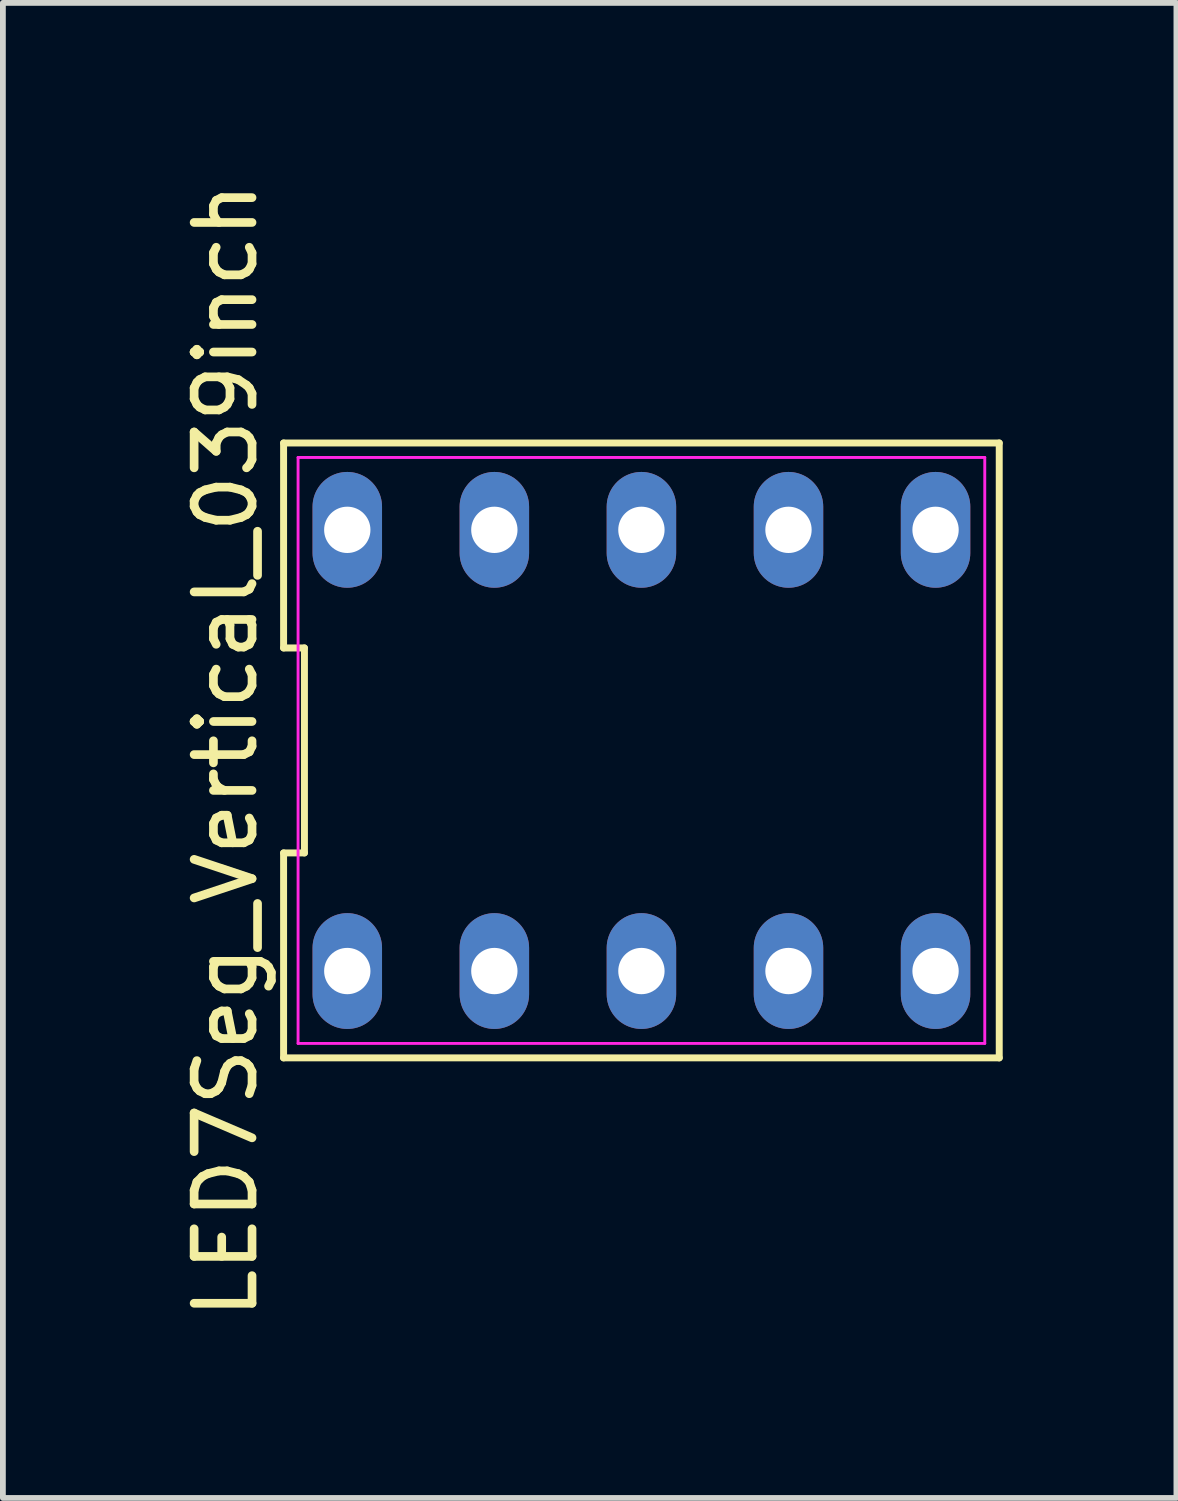
<source format=kicad_pcb>
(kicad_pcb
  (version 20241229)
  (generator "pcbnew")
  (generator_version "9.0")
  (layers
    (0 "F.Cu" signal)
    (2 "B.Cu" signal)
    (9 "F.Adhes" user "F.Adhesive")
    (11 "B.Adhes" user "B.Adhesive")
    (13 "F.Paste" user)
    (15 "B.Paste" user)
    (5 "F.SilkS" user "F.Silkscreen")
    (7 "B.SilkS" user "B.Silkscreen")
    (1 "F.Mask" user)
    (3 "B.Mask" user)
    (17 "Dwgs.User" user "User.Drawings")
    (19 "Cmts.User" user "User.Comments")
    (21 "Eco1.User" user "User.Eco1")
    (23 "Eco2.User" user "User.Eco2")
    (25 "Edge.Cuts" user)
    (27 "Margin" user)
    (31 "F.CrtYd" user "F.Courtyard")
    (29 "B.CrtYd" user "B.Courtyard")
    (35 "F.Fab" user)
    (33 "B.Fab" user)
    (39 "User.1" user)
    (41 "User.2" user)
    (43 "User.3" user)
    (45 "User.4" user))
  (footprint "LED7Seg_Vertical_039inch"
    (layer "F.Cu")
    (at 8.028 9.911)
    (property "Reference" "LED7Seg_Vertical_039inch" (at -7.18 0 90) (layer "F.SilkS") (effects (font (size 1 1) (thickness 0.15))))
    (attr through_hole)
    (fp_line (start -6.18 -5.31) (end -6.18 -1.77) (stroke (width 0.12) (type solid)) (layer "F.SilkS"))
    (fp_line (start -6.18 -1.77) (end -5.82 -1.77) (stroke (width 0.12) (type solid)) (layer "F.SilkS"))
    (fp_line (start -6.18 1.77) (end -6.18 5.31) (stroke (width 0.12) (type solid)) (layer "F.SilkS"))
    (fp_line (start -6.18 5.31) (end 6.18 5.31) (stroke (width 0.12) (type solid)) (layer "F.SilkS"))
    (fp_line (start -5.82 -1.77) (end -5.82 1.77) (stroke (width 0.12) (type solid)) (layer "F.SilkS"))
    (fp_line (start -5.82 1.77) (end -6.18 1.77) (stroke (width 0.12) (type solid)) (layer "F.SilkS"))
    (fp_line (start 6.18 -5.31) (end -6.18 -5.31) (stroke (width 0.12) (type solid)) (layer "F.SilkS"))
    (fp_line (start 6.18 5.31) (end 6.18 -5.31) (stroke (width 0.12) (type solid)) (layer "F.SilkS"))
    (fp_line (start -5.93 -5.06) (end 5.93 -5.06) (stroke (width 0.05) (type solid)) (layer "F.CrtYd"))
    (fp_line (start -5.93 5.06) (end -5.93 -5.06) (stroke (width 0.05) (type solid)) (layer "F.CrtYd"))
    (fp_line (start 5.93 -5.06) (end 5.93 5.06) (stroke (width 0.05) (type solid)) (layer "F.CrtYd"))
    (fp_line (start 5.93 5.06) (end -5.93 5.06) (stroke (width 0.05) (type solid)) (layer "F.CrtYd"))
    (pad "1" thru_hole oval (at -5.08 3.81) (size 1.2 2) (drill 0.8) (layers "*.Cu" "*.Mask"))
    (pad "2" thru_hole oval (at -2.54 3.81) (size 1.2 2) (drill 0.8) (layers "*.Cu" "*.Mask"))
    (pad "3" thru_hole oval (at 0 3.81) (size 1.2 2) (drill 0.8) (layers "*.Cu" "*.Mask"))
    (pad "4" thru_hole oval (at 2.54 3.81) (size 1.2 2) (drill 0.8) (layers "*.Cu" "*.Mask"))
    (pad "5" thru_hole oval (at 5.08 3.81) (size 1.2 2) (drill 0.8) (layers "*.Cu" "*.Mask"))
    (pad "6" thru_hole oval (at 5.08 -3.81) (size 1.2 2) (drill 0.8) (layers "*.Cu" "*.Mask"))
    (pad "7" thru_hole oval (at 2.54 -3.81) (size 1.2 2) (drill 0.8) (layers "*.Cu" "*.Mask"))
    (pad "8" thru_hole oval (at 0 -3.81) (size 1.2 2) (drill 0.8) (layers "*.Cu" "*.Mask"))
    (pad "9" thru_hole oval (at -2.54 -3.81) (size 1.2 2) (drill 0.8) (layers "*.Cu" "*.Mask"))
    (pad "10" thru_hole oval (at -5.08 -3.81) (size 1.2 2) (drill 0.8) (layers "*.Cu" "*.Mask")))
  (gr_rect
    (start -3 -3)
    (end 17.268 22.821)
    (stroke (width 0.1) (type default))
    (fill no)
    (layer "Edge.Cuts")))
</source>
